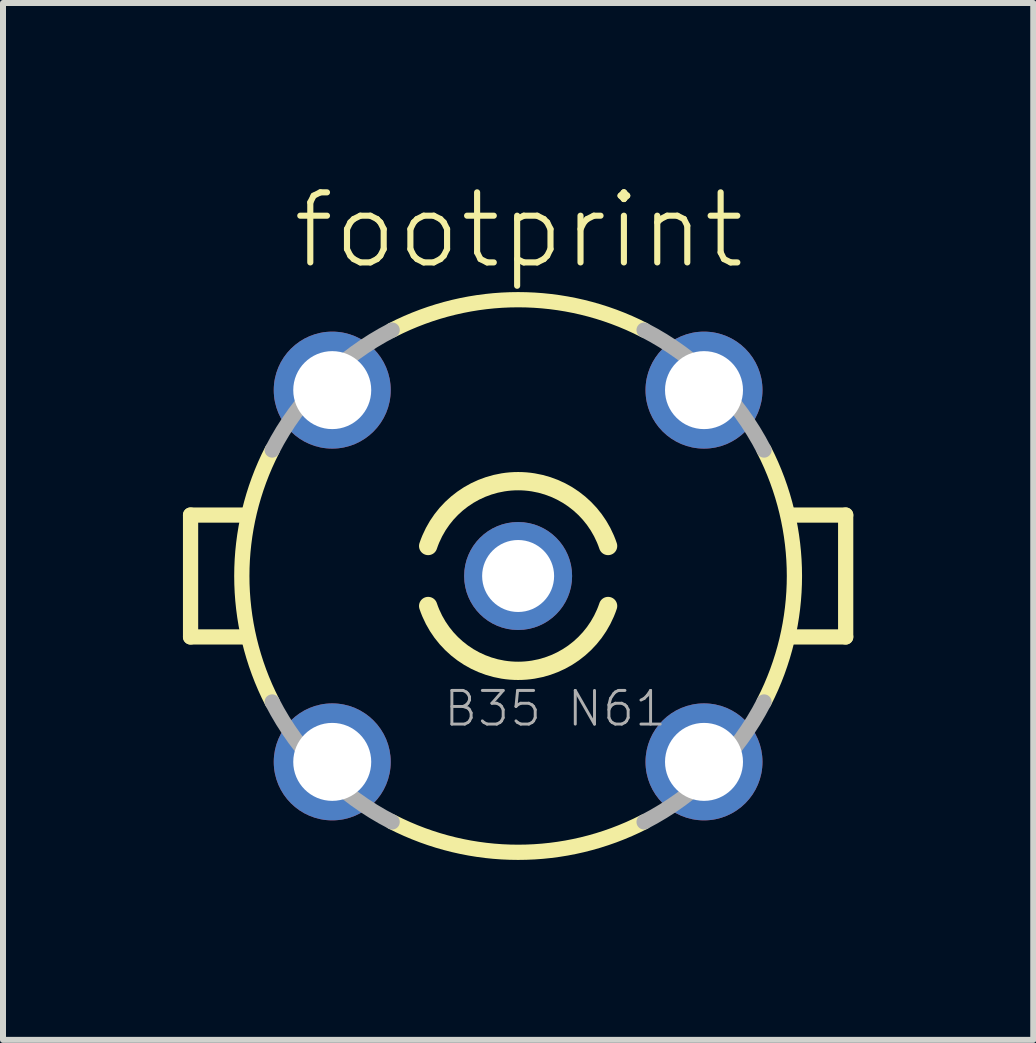
<source format=kicad_pcb>
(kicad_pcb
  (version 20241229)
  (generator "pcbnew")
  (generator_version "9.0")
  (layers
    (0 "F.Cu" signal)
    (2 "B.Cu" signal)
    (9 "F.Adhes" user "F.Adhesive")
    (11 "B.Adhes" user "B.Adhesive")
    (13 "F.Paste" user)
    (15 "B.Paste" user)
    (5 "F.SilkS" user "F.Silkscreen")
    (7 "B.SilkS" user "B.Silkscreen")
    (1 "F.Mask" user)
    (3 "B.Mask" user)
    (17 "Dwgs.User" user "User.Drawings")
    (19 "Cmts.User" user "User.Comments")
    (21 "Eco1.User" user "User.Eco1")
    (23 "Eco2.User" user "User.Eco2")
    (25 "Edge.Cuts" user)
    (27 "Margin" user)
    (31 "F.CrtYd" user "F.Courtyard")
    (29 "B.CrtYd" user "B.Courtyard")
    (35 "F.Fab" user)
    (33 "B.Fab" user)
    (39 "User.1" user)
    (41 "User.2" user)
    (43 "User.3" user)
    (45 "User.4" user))
  (footprint "footprint"
    (layer "F.Cu")
    (at 5.588 6.553)
    (property "Reference" "footprint" (at -3.81 -5.08 0) (layer "F.SilkS") (effects (font (size 1.168 1.168) (thickness 0.102)) (justify left bottom)))
    (fp_line (start -5.461 -1.016) (end -5.461 1.016) (stroke (width 0.254) (type solid)) (layer "F.SilkS"))
    (fp_line (start -5.461 1.016) (end -4.572 1.016) (stroke (width 0.254) (type solid)) (layer "F.SilkS"))
    (fp_line (start -4.572 -1.016) (end -5.461 -1.016) (stroke (width 0.254) (type solid)) (layer "F.SilkS"))
    (fp_line (start 4.572 1.016) (end 5.461 1.016) (stroke (width 0.254) (type solid)) (layer "F.SilkS"))
    (fp_line (start 5.461 -1.016) (end 4.572 -1.016) (stroke (width 0.254) (type solid)) (layer "F.SilkS"))
    (fp_line (start 5.461 1.016) (end 5.461 -1.016) (stroke (width 0.254) (type solid)) (layer "F.SilkS"))
    (fp_arc (start -4.1 2.1) (mid -4.606517 0) (end -4.1 -2.1) (stroke (width 0.254) (type solid)) (layer "F.SilkS"))
    (fp_arc (start -2.1 -4.1) (mid 0 -4.606517) (end 2.1 -4.1) (stroke (width 0.254) (type solid)) (layer "F.SilkS"))
    (fp_arc (start -1.5 -0.5) (mid 0 -1.581139) (end 1.5 -0.5) (stroke (width 0.3048) (type solid)) (layer "F.SilkS"))
    (fp_arc (start 1.5 0.5) (mid 0 1.581139) (end -1.5 0.5) (stroke (width 0.3048) (type solid)) (layer "F.SilkS"))
    (fp_arc (start 2.1 4.1) (mid 0 4.606517) (end -2.1 4.1) (stroke (width 0.254) (type solid)) (layer "F.SilkS"))
    (fp_arc (start 4.1 -2.1) (mid 4.606517 0) (end 4.1 2.1) (stroke (width 0.254) (type solid)) (layer "F.SilkS"))
    (fp_arc (start -4.1 -2.1) (mid -3.257299 -3.257299) (end -2.1 -4.1) (stroke (width 0.254) (type solid)) (layer "F.Fab"))
    (fp_arc (start -2.1 4.1) (mid -3.257299 3.257299) (end -4.1 2.1) (stroke (width 0.254) (type solid)) (layer "F.Fab"))
    (fp_arc (start 2.1 -4.1) (mid 3.257299 -3.257299) (end 4.1 -2.1) (stroke (width 0.254) (type solid)) (layer "F.Fab"))
    (fp_arc (start 4.1 2.1) (mid 3.257299 3.257299) (end 2.1 4.1) (stroke (width 0.254) (type solid)) (layer "F.Fab"))
    (fp_text user "B35 N61" (at -1.27 2.54 0) (layer "F.Fab") (effects (font (size 0.561 0.561) (thickness 0.049)) (justify left bottom)))
    (pad "1" thru_hole circle (at 0 0) (size 1.8 1.8) (drill 1.2) (layers "*.Cu" "*.Mask"))
    (pad "2" thru_hole circle (at 3.099 -3.099) (size 1.95 1.95) (drill 1.3) (layers "*.Cu" "*.Mask"))
    (pad "3" thru_hole circle (at -3.099 -3.099) (size 1.95 1.95) (drill 1.3) (layers "*.Cu" "*.Mask"))
    (pad "4" thru_hole circle (at -3.099 3.099) (size 1.95 1.95) (drill 1.3) (layers "*.Cu" "*.Mask"))
    (pad "5" thru_hole circle (at 3.099 3.099) (size 1.95 1.95) (drill 1.3) (layers "*.Cu" "*.Mask")))
  (gr_rect
    (start -3 -3)
    (end 14.176 14.287)
    (stroke (width 0.1) (type default))
    (fill no)
    (layer "Edge.Cuts")))
</source>
